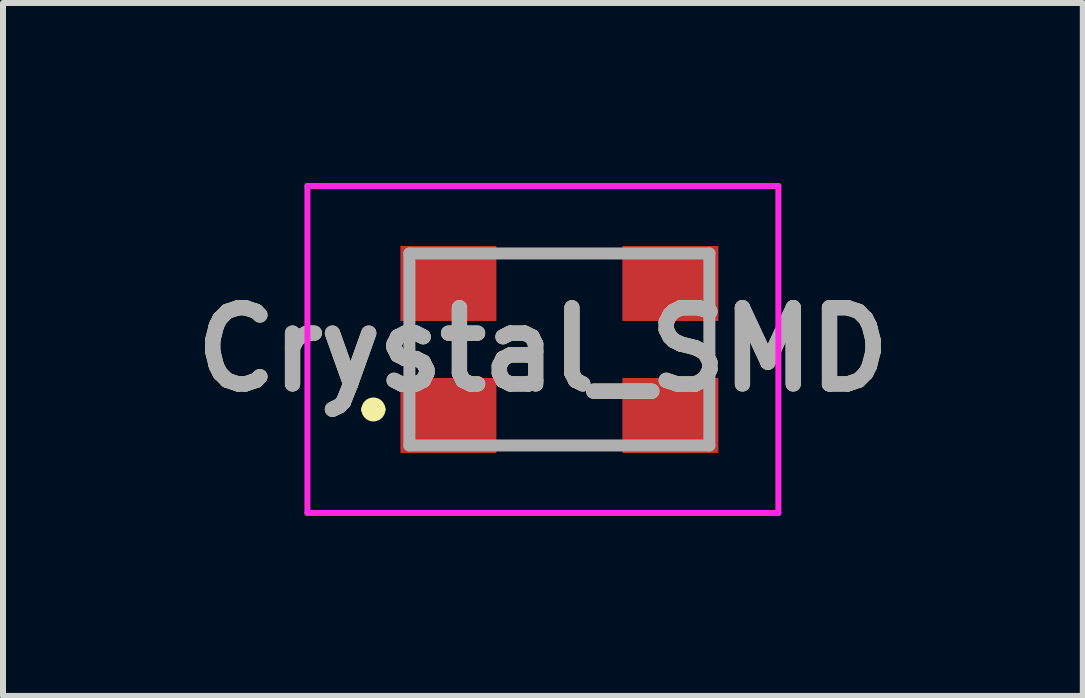
<source format=kicad_pcb>
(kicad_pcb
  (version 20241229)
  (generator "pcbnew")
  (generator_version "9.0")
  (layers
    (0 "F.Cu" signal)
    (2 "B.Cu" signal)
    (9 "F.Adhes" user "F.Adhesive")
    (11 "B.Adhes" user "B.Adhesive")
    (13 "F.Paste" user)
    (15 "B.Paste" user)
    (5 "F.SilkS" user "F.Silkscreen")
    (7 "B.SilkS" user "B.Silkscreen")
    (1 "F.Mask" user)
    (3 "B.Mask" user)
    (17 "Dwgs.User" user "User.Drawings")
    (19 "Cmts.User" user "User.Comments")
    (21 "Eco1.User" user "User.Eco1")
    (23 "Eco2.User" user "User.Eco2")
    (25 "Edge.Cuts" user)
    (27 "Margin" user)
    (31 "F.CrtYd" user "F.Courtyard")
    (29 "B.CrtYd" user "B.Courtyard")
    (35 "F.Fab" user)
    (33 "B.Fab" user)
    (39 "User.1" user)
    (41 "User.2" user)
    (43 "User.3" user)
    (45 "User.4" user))
  (footprint "Crystal_SMD"
    (layer "F.Cu")
    (at 6.274 2.775)
    (property "Reference" "Crystal_SMD" (at -0.275 0 0) (layer "F.SilkS") (effects (font (size 1.27 1.27) (thickness 0.254))))
    (attr smd)
    (fp_line (start -3.2 1) (end -3.2 1) (stroke (width 0.2) (type solid)) (layer "F.SilkS"))
    (fp_line (start -3 1) (end -3 1) (stroke (width 0.2) (type solid)) (layer "F.SilkS"))
    (fp_line (start -0.5 -1.6) (end 0.5 -1.6) (stroke (width 0.1) (type solid)) (layer "F.SilkS"))
    (fp_line (start -0.5 1.6) (end 0.5 1.6) (stroke (width 0.1) (type solid)) (layer "F.SilkS"))
    (fp_arc (start -3.2 1) (mid -3.1 0.9) (end -3 1) (stroke (width 0.2) (type solid)) (layer "F.SilkS"))
    (fp_arc (start -3 1) (mid -3.1 1.1) (end -3.2 1) (stroke (width 0.2) (type solid)) (layer "F.SilkS"))
    (fp_line (start -4.2 -2.725) (end 3.65 -2.725) (stroke (width 0.1) (type solid)) (layer "F.CrtYd"))
    (fp_line (start -4.2 2.725) (end -4.2 -2.725) (stroke (width 0.1) (type solid)) (layer "F.CrtYd"))
    (fp_line (start 3.65 -2.725) (end 3.65 2.725) (stroke (width 0.1) (type solid)) (layer "F.CrtYd"))
    (fp_line (start 3.65 2.725) (end -4.2 2.725) (stroke (width 0.1) (type solid)) (layer "F.CrtYd"))
    (fp_line (start -2.5 -1.6) (end 2.5 -1.6) (stroke (width 0.2) (type solid)) (layer "F.Fab"))
    (fp_line (start -2.5 1.6) (end -2.5 -1.6) (stroke (width 0.2) (type solid)) (layer "F.Fab"))
    (fp_line (start 2.5 -1.6) (end 2.5 1.6) (stroke (width 0.2) (type solid)) (layer "F.Fab"))
    (fp_line (start 2.5 1.6) (end -2.5 1.6) (stroke (width 0.2) (type solid)) (layer "F.Fab"))
    (fp_text user "${REFERENCE}" (at -0.275 0 0) (layer "F.Fab") (effects (font (size 1.27 1.27) (thickness 0.254))))
    (pad "1" smd rect (at -1.85 1.1 90) (size 1.25 1.6) (layers "F.Cu" "F.Mask" "F.Paste"))
    (pad "2" smd rect (at 1.85 1.1 90) (size 1.25 1.6) (layers "F.Cu" "F.Mask" "F.Paste"))
    (pad "3" smd rect (at 1.85 -1.1 90) (size 1.25 1.6) (layers "F.Cu" "F.Mask" "F.Paste"))
    (pad "4" smd rect (at -1.85 -1.1 90) (size 1.25 1.6) (layers "F.Cu" "F.Mask" "F.Paste")))
  (gr_rect
    (start -3 -3)
    (end 14.998 8.55)
    (stroke (width 0.1) (type default))
    (fill no)
    (layer "Edge.Cuts")))
</source>
